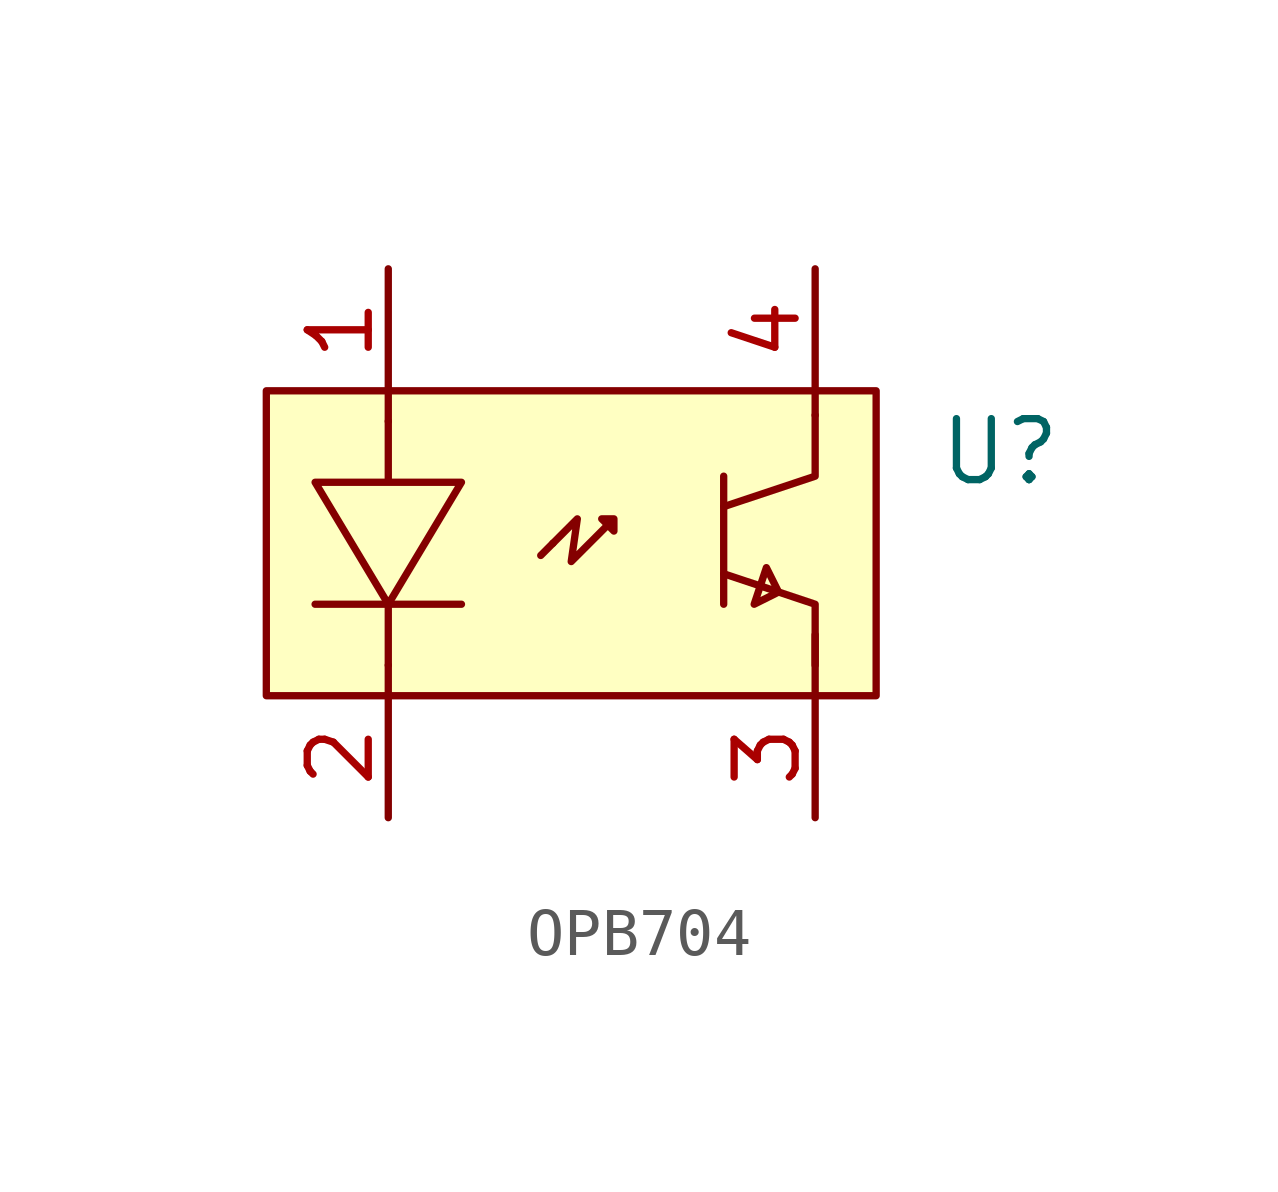
<source format=kicad_sym>
(kicad_symbol_lib
  (version 20220914)
  (generator kicad_symbol_editor)
  (symbol "OPB704"
    (pin_names hide)
    (property "Reference" "U"
      (at 6.35 1.27 0)
      (effects (font (size 1.27 1.27)) (justify left)))
    (symbol "OPB704_0_1"
      (rectangle (start -7.62 2.54) (end 5.08 -3.81) (stroke (width 0) (type default)) (fill (type background)))
      (polyline (pts (xy -5.08 -3.175) (xy -5.08 -3.81)) (stroke (width 0) (type default)) (fill (type none)))
      (polyline (pts (xy -5.08 -3.175) (xy -5.08 -1.905)) (stroke (width 0) (type default)) (fill (type none)))
      (polyline (pts (xy -5.08 2.54) (xy -5.08 1.905)) (stroke (width 0) (type default)) (fill (type none)))
      (polyline (pts (xy -3.556 -1.905) (xy -6.604 -1.905)) (stroke (width 0) (type default)) (fill (type none)))
      (polyline (pts (xy -1.651 -0.635) (xy -1.905 -0.889)) (stroke (width 0) (type default)) (fill (type none)))
      (polyline (pts (xy 1.905 0.762) (xy 1.905 -1.905)) (stroke (width 0) (type default)) (fill (type none)))
      (polyline (pts (xy 3.81 -3.81) (xy 3.81 -2.54)) (stroke (width 0) (type default)) (fill (type none)))
      (polyline (pts (xy 3.81 2.032) (xy 3.81 2.54)) (stroke (width 0) (type default)) (fill (type none)))
      (polyline (pts (xy 1.905 -1.27) (xy 3.81 -1.905) (xy 3.81 -3.175)) (stroke (width 0) (type default)) (fill (type none)))
      (polyline (pts (xy 3.81 2.032) (xy 3.81 0.762) (xy 1.905 0.127)) (stroke (width 0) (type default)) (fill (type none)))
      (polyline (pts (xy 2.54 -1.905) (xy 2.794 -1.143) (xy 3.048 -1.651) (xy 2.54 -1.905)) (stroke (width 0) (type default)) (fill (type none)))
      (polyline (pts (xy -5.08 1.905) (xy -5.08 0.635) (xy -6.604 0.635) (xy -5.08 -1.905) (xy -3.556 0.635) (xy -5.08 0.635)) (stroke (width 0) (type default)) (fill (type none)))
      (polyline (pts (xy -1.651 -0.635) (xy -1.143 -0.127) (xy -1.27 -1.016) (xy -0.381 -0.127) (xy -0.635 -0.127) (xy -0.381 -0.381) (xy -0.381 -0.127)) (stroke (width 0) (type default)) (fill (type none))))
    (symbol "OPB704_1_1"
      (pin passive line (at -5.08 5.08 270) (length 2.54) (name "Anode" (effects (font (size 1.27 1.27)))) (number "1" (effects (font (size 1.27 1.27)))))
      (pin passive line (at -5.08 -6.35 90) (length 2.54) (name "Cathode" (effects (font (size 1.27 1.27)))) (number "2" (effects (font (size 1.27 1.27)))))
      (pin passive line (at 3.81 -6.35 90) (length 2.54) (name "Emitter" (effects (font (size 1.27 1.27)))) (number "3" (effects (font (size 1.27 1.27)))))
      (pin passive line (at 3.81 5.08 270) (length 2.54) (name "Collector" (effects (font (size 1.27 1.27)))) (number "4" (effects (font (size 1.27 1.27))))))))
</source>
